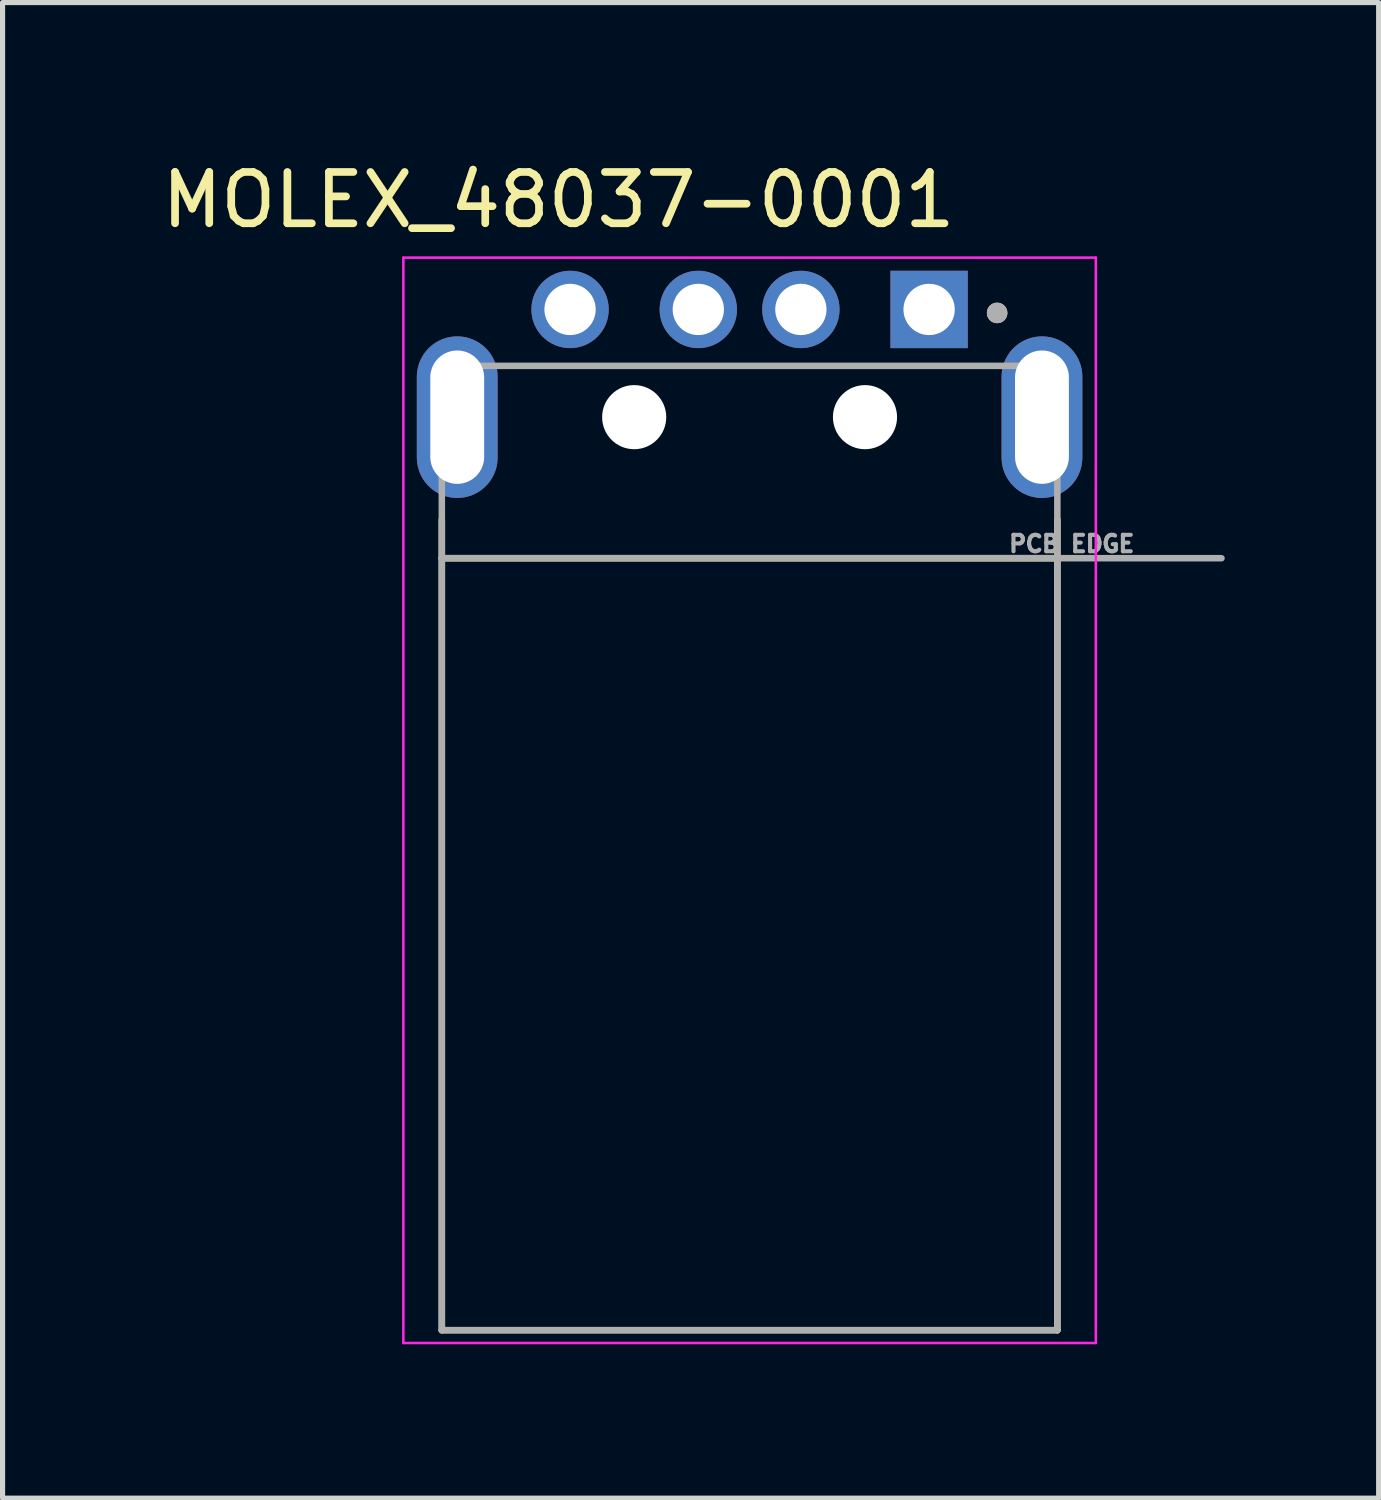
<source format=kicad_pcb>
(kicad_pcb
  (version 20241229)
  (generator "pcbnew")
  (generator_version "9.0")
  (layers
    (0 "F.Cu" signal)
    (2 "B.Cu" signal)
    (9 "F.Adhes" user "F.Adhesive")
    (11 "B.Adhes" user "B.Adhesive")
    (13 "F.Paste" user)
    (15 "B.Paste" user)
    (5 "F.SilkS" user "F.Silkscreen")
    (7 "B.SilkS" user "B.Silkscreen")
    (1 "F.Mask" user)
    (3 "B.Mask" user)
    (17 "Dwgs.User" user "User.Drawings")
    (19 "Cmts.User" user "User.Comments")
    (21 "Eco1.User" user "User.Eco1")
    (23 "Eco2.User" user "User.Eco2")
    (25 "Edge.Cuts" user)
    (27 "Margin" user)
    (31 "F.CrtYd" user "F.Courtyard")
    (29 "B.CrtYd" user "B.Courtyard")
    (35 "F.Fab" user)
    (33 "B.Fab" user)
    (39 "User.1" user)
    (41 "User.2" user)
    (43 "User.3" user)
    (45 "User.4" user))
  (footprint "MOLEX_48037-0001"
    (layer "F.Cu")
    (at 11.564 5.083)
    (property "Reference" "MOLEX_48037-0001" (at -3.725 -4.235 0) (layer "F.SilkS") (effects (font (size 1 1) (thickness 0.15))))
    (attr through_hole)
    (fp_line (start -6 2) (end -6 2.75) (stroke (width 0.127) (type solid)) (layer "F.SilkS"))
    (fp_line (start -6 2.75) (end -6 17.8) (stroke (width 0.127) (type solid)) (layer "F.SilkS"))
    (fp_line (start -6 2.75) (end 6 2.75) (stroke (width 0.127) (type solid)) (layer "F.SilkS"))
    (fp_line (start -6 17.8) (end 6 17.8) (stroke (width 0.127) (type solid)) (layer "F.SilkS"))
    (fp_line (start 6 2.75) (end 6 2) (stroke (width 0.127) (type solid)) (layer "F.SilkS"))
    (fp_line (start 6 17.8) (end 6 2.75) (stroke (width 0.127) (type solid)) (layer "F.SilkS"))
    (fp_circle (center 4.826 -2.032) (end 4.926 -2.032) (stroke (width 0.2) (type solid)) (fill no) (layer "F.SilkS"))
    (fp_line (start -6.75 -3.11) (end -6.75 18.05) (stroke (width 0.05) (type solid)) (layer "F.CrtYd"))
    (fp_line (start -6.75 18.05) (end 6.75 18.05) (stroke (width 0.05) (type solid)) (layer "F.CrtYd"))
    (fp_line (start 6.75 -3.11) (end -6.75 -3.11) (stroke (width 0.05) (type solid)) (layer "F.CrtYd"))
    (fp_line (start 6.75 18.05) (end 6.75 -3.11) (stroke (width 0.05) (type solid)) (layer "F.CrtYd"))
    (fp_line (start -6 -1) (end -6 2.75) (stroke (width 0.127) (type solid)) (layer "F.Fab"))
    (fp_line (start -6 2.75) (end -6 17.8) (stroke (width 0.127) (type solid)) (layer "F.Fab"))
    (fp_line (start -6 2.75) (end 6 2.75) (stroke (width 0.127) (type solid)) (layer "F.Fab"))
    (fp_line (start -6 17.8) (end 6 17.8) (stroke (width 0.127) (type solid)) (layer "F.Fab"))
    (fp_line (start 6 -1) (end -6 -1) (stroke (width 0.127) (type solid)) (layer "F.Fab"))
    (fp_line (start 6 2.75) (end 6 -1) (stroke (width 0.127) (type solid)) (layer "F.Fab"))
    (fp_line (start 6 2.75) (end 9.2 2.75) (stroke (width 0.127) (type solid)) (layer "F.Fab"))
    (fp_line (start 6 17.8) (end 6 2.75) (stroke (width 0.127) (type solid)) (layer "F.Fab"))
    (fp_circle (center 4.826 -2.032) (end 4.926 -2.032) (stroke (width 0.2) (type solid)) (fill no) (layer "F.Fab"))
    (fp_text user "PCB EDGE" (at 6.28 2.47 0) (layer "F.Fab") (effects (font (size 0.32 0.32) (thickness 0.15))))
    (pad "" np_thru_hole circle (at -2.25 0) (size 1.25 1.25) (drill 1.25) (layers "*.Cu" "*.Mask"))
    (pad "" np_thru_hole circle (at 2.25 0) (size 1.25 1.25) (drill 1.25) (layers "*.Cu" "*.Mask"))
    (pad "1" thru_hole rect (at 3.5 -2.1) (size 1.508 1.508) (drill 1) (layers "*.Cu" "*.Mask"))
    (pad "2" thru_hole circle (at 1 -2.1) (size 1.508 1.508) (drill 1) (layers "*.Cu" "*.Mask"))
    (pad "3" thru_hole circle (at -1 -2.1) (size 1.508 1.508) (drill 1) (layers "*.Cu" "*.Mask"))
    (pad "4" thru_hole circle (at -3.5 -2.1) (size 1.508 1.508) (drill 1) (layers "*.Cu" "*.Mask"))
    (pad "5" thru_hole oval (at -5.7 0) (size 1.575 3.15) (drill oval 1.05 2.6) (layers "*.Cu" "*.Mask"))
    (pad "5" thru_hole oval (at 5.7 0) (size 1.575 3.15) (drill oval 1.05 2.6) (layers "*.Cu" "*.Mask")))
  (gr_rect
    (start -3 -3)
    (end 23.828 26.158)
    (stroke (width 0.1) (type default))
    (fill no)
    (layer "Edge.Cuts")))
</source>
